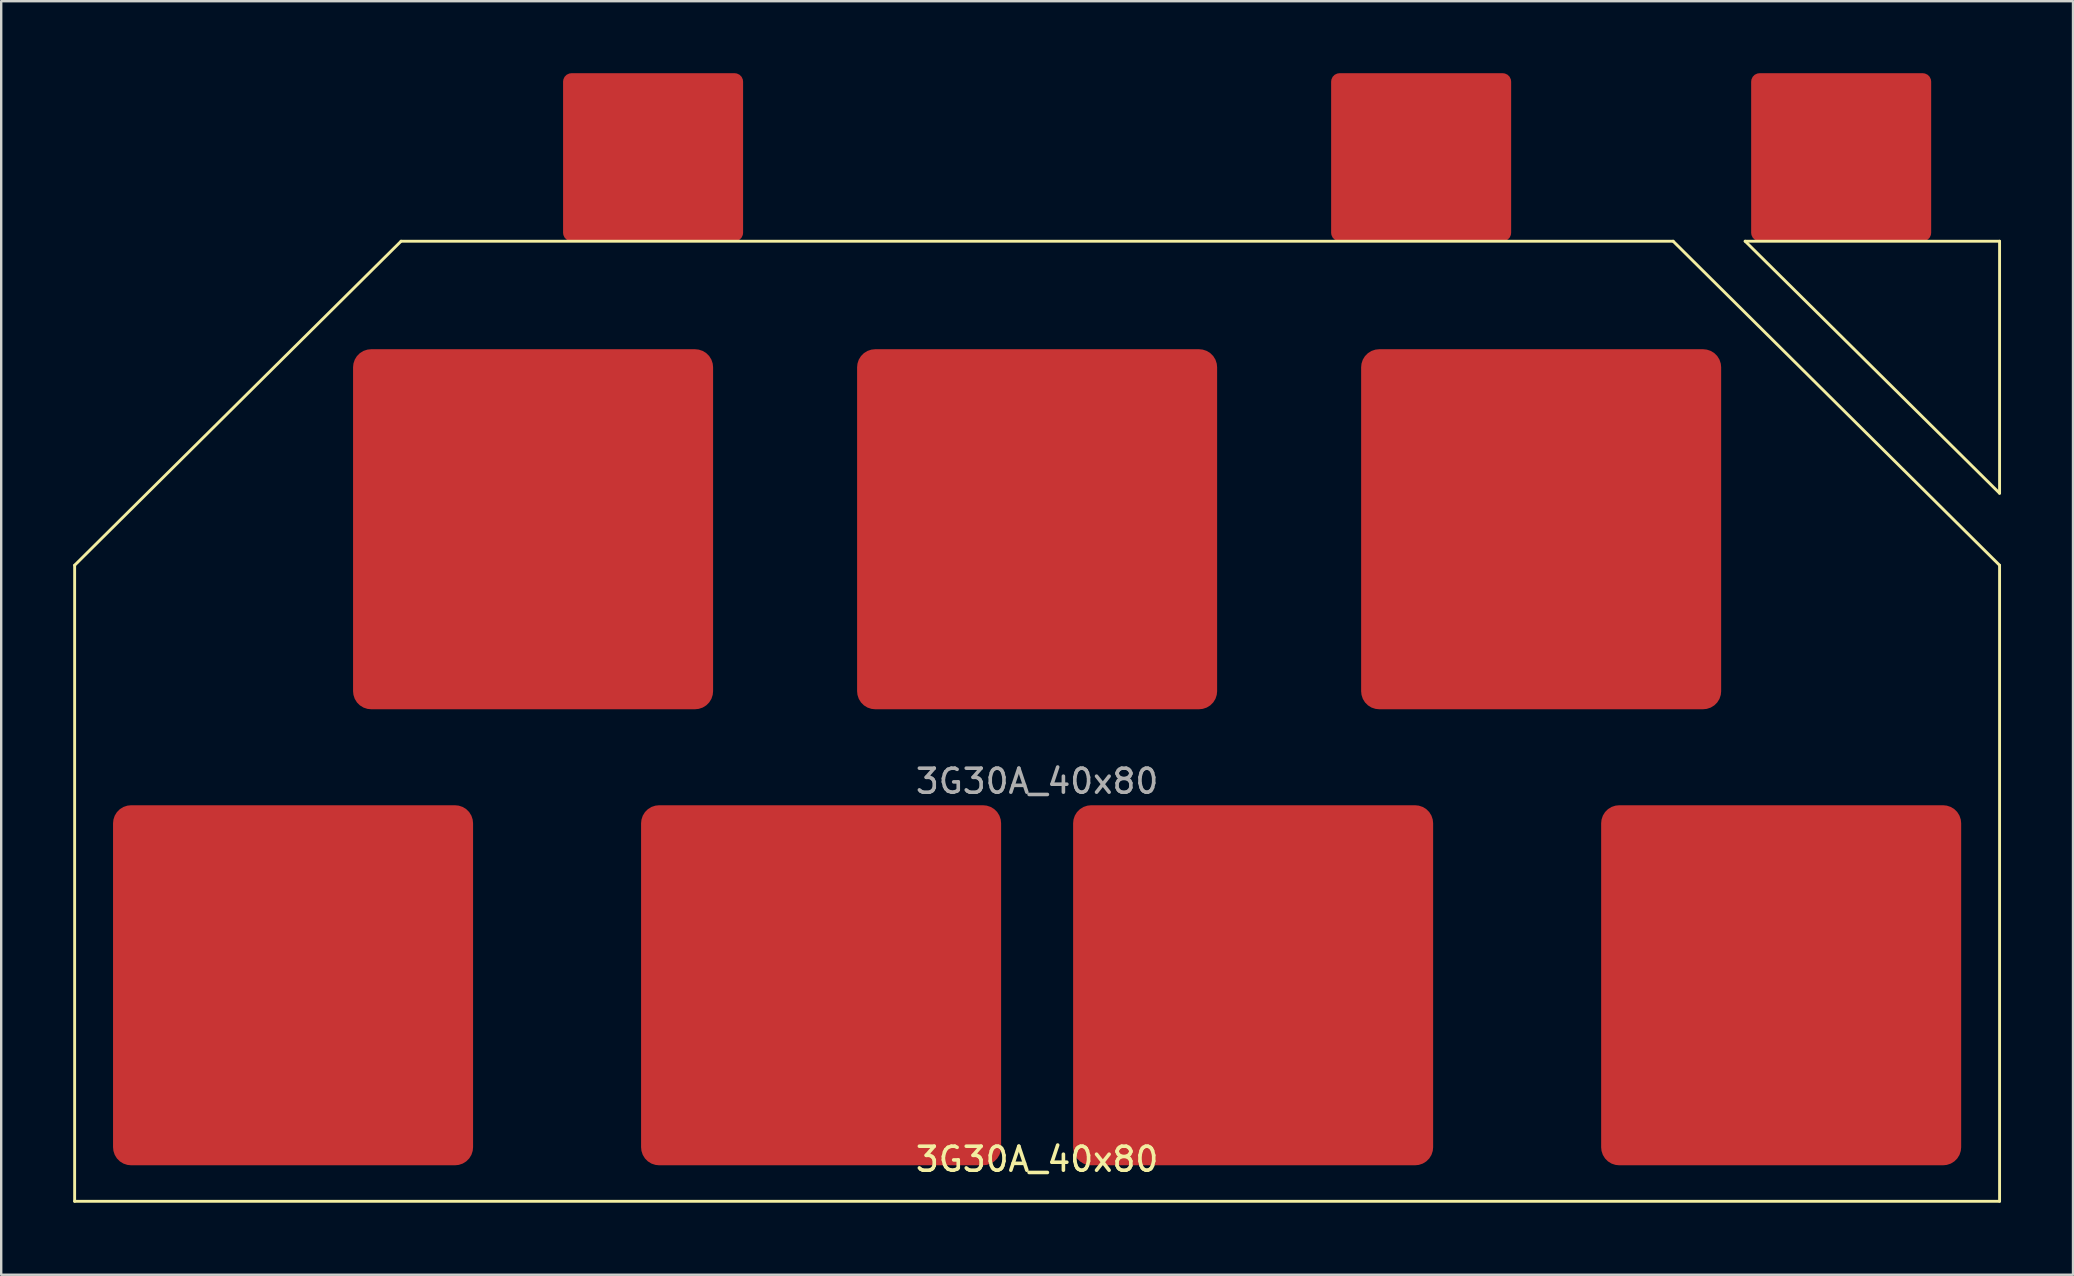
<source format=kicad_pcb>
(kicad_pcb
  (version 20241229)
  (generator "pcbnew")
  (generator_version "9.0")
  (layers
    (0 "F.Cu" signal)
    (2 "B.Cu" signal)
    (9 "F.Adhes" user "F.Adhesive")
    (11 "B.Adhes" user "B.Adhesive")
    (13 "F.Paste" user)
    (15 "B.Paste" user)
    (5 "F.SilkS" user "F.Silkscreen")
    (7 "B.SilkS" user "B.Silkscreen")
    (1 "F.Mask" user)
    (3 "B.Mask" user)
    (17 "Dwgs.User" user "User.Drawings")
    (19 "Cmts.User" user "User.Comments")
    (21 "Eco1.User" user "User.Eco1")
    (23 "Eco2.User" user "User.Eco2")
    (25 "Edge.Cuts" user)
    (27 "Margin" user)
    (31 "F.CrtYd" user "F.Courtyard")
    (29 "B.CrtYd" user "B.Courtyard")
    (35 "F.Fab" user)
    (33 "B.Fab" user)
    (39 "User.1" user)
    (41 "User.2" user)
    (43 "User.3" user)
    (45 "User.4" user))
  (footprint "3G30A_40x80"
    (layer "F.Cu")
    (at 40.16 27)
    (property "Reference" "3G30A_40x80" (at 0 18.25 0) (unlocked yes) (layer "F.SilkS") (effects (font (size 1 1) (thickness 0.15))))
    (attr smd)
    (fp_line (start -40.1 -6.5) (end -26.5 -20) (stroke (width 0.12) (type solid)) (layer "F.SilkS"))
    (fp_line (start -40.1 20) (end -40.1 -6.5) (stroke (width 0.12) (type solid)) (layer "F.SilkS"))
    (fp_line (start -26.5 -20) (end 26.5 -20) (stroke (width 0.12) (type solid)) (layer "F.SilkS"))
    (fp_line (start 26.5 -20) (end 40.1 -6.5) (stroke (width 0.12) (type solid)) (layer "F.SilkS"))
    (fp_line (start 29.5 -20) (end 40.1 -9.5) (stroke (width 0.12) (type solid)) (layer "F.SilkS"))
    (fp_line (start 40.1 -20) (end 29.5 -20) (stroke (width 0.12) (type solid)) (layer "F.SilkS"))
    (fp_line (start 40.1 -9.5) (end 40.1 -20) (stroke (width 0.12) (type solid)) (layer "F.SilkS"))
    (fp_line (start 40.1 -6.5) (end 40.1 20) (stroke (width 0.12) (type solid)) (layer "F.SilkS"))
    (fp_line (start 40.1 20) (end -40.1 20) (stroke (width 0.12) (type solid)) (layer "F.SilkS"))
    (fp_text user "${REFERENCE}" (at 0 2.5 0) (unlocked yes) (layer "F.Fab") (effects (font (size 1 1) (thickness 0.15))))
    (pad "1" smd roundrect (at -31 11) (size 15 15) (layers "F.Cu" "F.Mask" "F.Paste") (roundrect_rratio 0.05))
    (pad "1" smd roundrect (at -21 -8) (size 15 15) (layers "F.Cu" "F.Mask" "F.Paste") (roundrect_rratio 0.05))
    (pad "1" smd roundrect (at -9 11) (size 15 15) (layers "F.Cu" "F.Mask" "F.Paste") (roundrect_rratio 0.05))
    (pad "1" smd roundrect (at 0 -8) (size 15 15) (layers "F.Cu" "F.Mask" "F.Paste") (roundrect_rratio 0.05))
    (pad "1" smd roundrect (at 9 11) (size 15 15) (layers "F.Cu" "F.Mask" "F.Paste") (roundrect_rratio 0.05))
    (pad "1" smd roundrect (at 21 -8) (size 15 15) (layers "F.Cu" "F.Mask" "F.Paste") (roundrect_rratio 0.05))
    (pad "1" smd roundrect (at 31 11) (size 15 15) (layers "F.Cu" "F.Mask" "F.Paste") (roundrect_rratio 0.05))
    (pad "2" smd roundrect (at -16 -23.5) (size 7.5 7) (layers "F.Cu" "F.Mask" "F.Paste") (roundrect_rratio 0.05))
    (pad "2" smd roundrect (at 16 -23.5) (size 7.5 7) (layers "F.Cu" "F.Mask" "F.Paste") (roundrect_rratio 0.05))
    (pad "3" smd roundrect (at 33.5 -23.5) (size 7.5 7) (layers "F.Cu" "F.Mask" "F.Paste") (roundrect_rratio 0.05)))
  (gr_rect
    (start -3 -3)
    (end 83.32 50.06)
    (stroke (width 0.1) (type default))
    (fill no)
    (layer "Edge.Cuts")))
</source>
